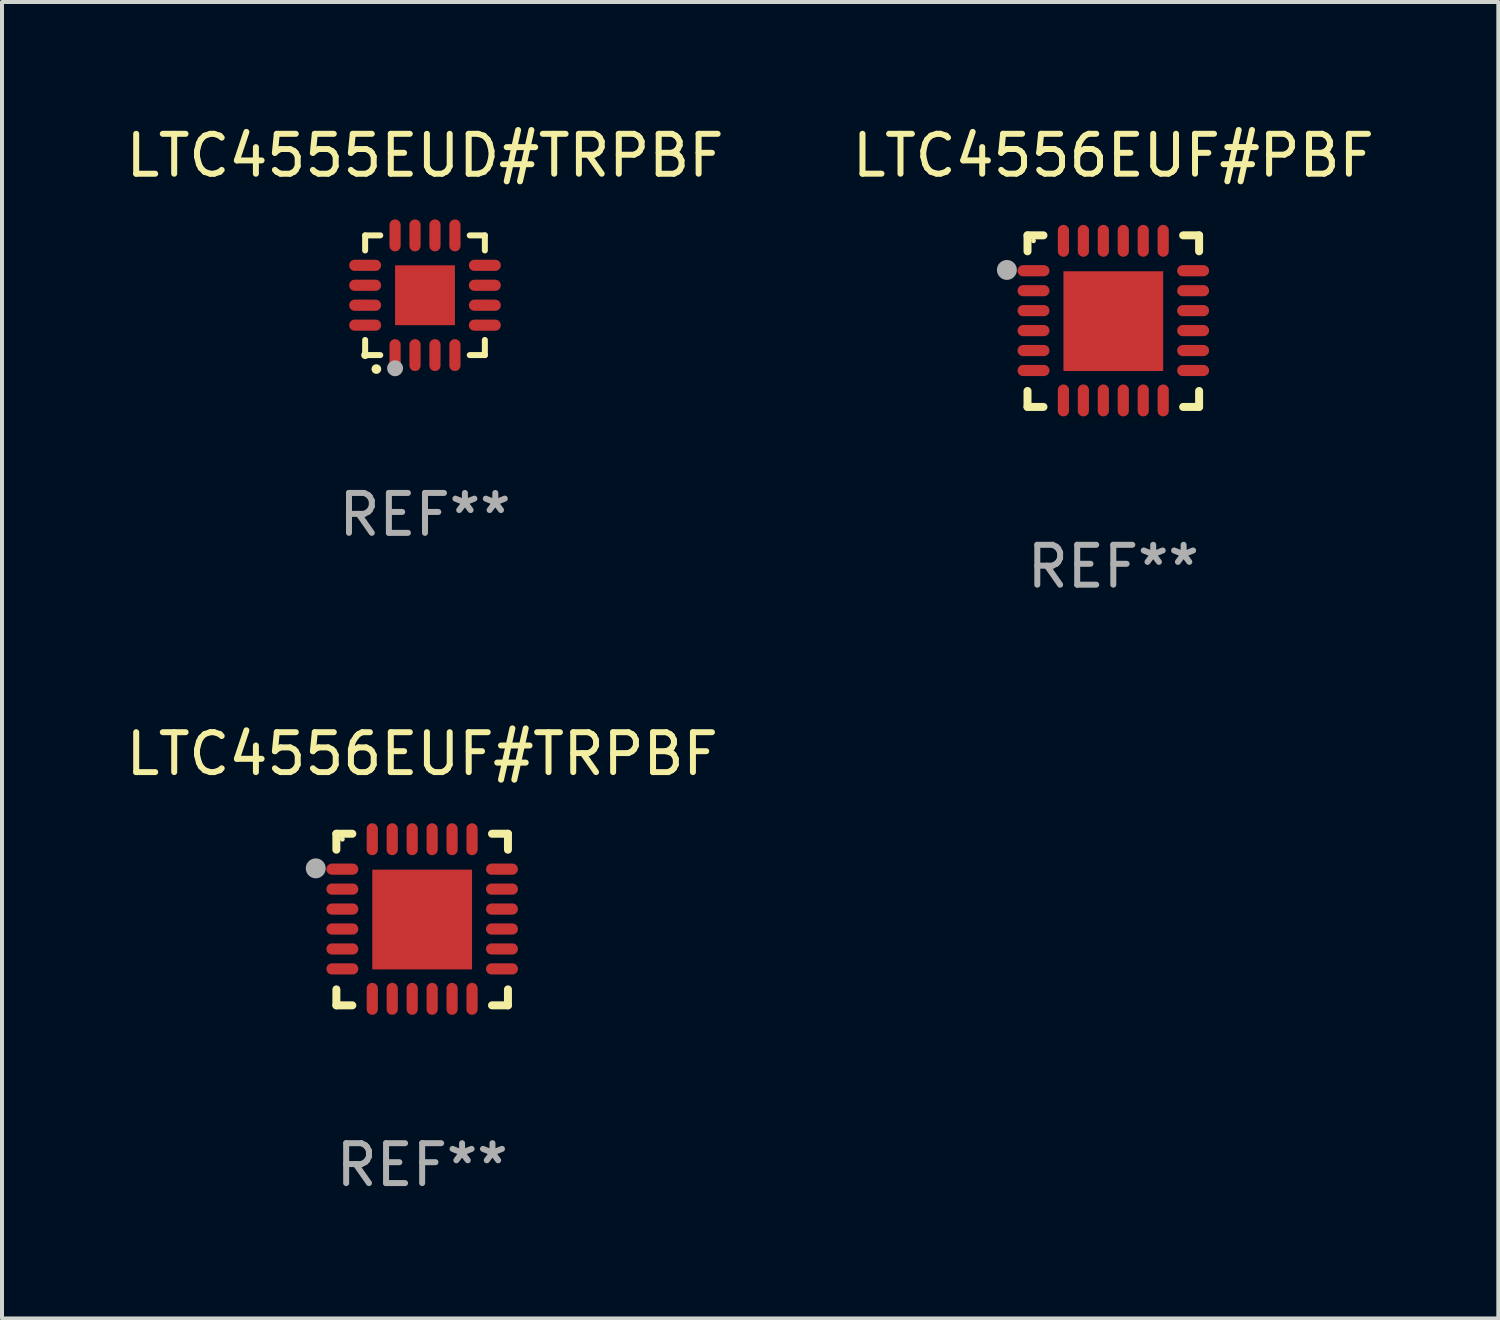
<source format=kicad_pcb>
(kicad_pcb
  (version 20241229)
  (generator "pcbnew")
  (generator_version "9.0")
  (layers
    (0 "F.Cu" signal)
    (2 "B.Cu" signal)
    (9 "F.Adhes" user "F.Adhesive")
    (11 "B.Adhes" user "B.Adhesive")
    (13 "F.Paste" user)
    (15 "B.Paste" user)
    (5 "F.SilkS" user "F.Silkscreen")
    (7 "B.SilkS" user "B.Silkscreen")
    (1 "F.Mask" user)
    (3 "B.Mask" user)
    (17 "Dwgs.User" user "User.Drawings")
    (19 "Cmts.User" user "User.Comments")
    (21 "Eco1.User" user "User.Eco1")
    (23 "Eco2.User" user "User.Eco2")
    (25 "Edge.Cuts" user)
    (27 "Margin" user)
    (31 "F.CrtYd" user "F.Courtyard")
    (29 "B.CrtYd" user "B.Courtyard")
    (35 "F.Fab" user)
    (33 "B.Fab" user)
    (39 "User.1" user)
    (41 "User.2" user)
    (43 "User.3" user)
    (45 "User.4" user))
  (footprint "LTC4556EUF#PBF"
    (layer "F.Cu")
    (at 24.851 4.998)
    (property "Reference" "LTC4556EUF#PBF" (at 0 -4.15 0) (layer "F.SilkS") (effects (font (size 1 1) (thickness 0.15))))
    (attr through_hole)
    (fp_line (start -2.15 -2.15) (end -1.75 -2.15) (stroke (width 0.2) (type solid)) (layer "F.SilkS"))
    (fp_line (start -2.15 -1.75) (end -2.15 -2.15) (stroke (width 0.2) (type solid)) (layer "F.SilkS"))
    (fp_line (start -2.15 2.15) (end -2.15 1.75) (stroke (width 0.2) (type solid)) (layer "F.SilkS"))
    (fp_line (start -1.75 2.15) (end -2.15 2.15) (stroke (width 0.2) (type solid)) (layer "F.SilkS"))
    (fp_line (start 1.75 -2.15) (end 2.15 -2.15) (stroke (width 0.2) (type solid)) (layer "F.SilkS"))
    (fp_line (start 1.75 2.15) (end 2.15 2.15) (stroke (width 0.2) (type solid)) (layer "F.SilkS"))
    (fp_line (start 2.15 -2.15) (end 2.15 -1.75) (stroke (width 0.2) (type solid)) (layer "F.SilkS"))
    (fp_line (start 2.15 2.15) (end 2.15 1.75) (stroke (width 0.2) (type solid)) (layer "F.SilkS"))
    (fp_circle (center -2 -2.013) (end -1.97 -2.013) (stroke (width 0.06) (type solid)) (fill no) (layer "F.SilkS"))
    (fp_circle (center -2.667 -1.283) (end -2.542 -1.283) (stroke (width 0.25) (type solid)) (fill no) (layer "F.Fab"))
    (fp_text user "REF**" (at 0 6.15 0) (layer "F.Fab") (effects (font (size 1 1) (thickness 0.15))))
    (pad "1" smd oval (at -2 -1.263) (size 0.8 0.28) (layers "F.Cu" "F.Mask" "F.Paste"))
    (pad "2" smd oval (at -2 -0.763) (size 0.8 0.28) (layers "F.Cu" "F.Mask" "F.Paste"))
    (pad "3" smd oval (at -2 -0.263) (size 0.8 0.28) (layers "F.Cu" "F.Mask" "F.Paste"))
    (pad "4" smd oval (at -2 0.237) (size 0.8 0.28) (layers "F.Cu" "F.Mask" "F.Paste"))
    (pad "5" smd oval (at -2 0.737) (size 0.8 0.28) (layers "F.Cu" "F.Mask" "F.Paste"))
    (pad "6" smd oval (at -2 1.237) (size 0.8 0.28) (layers "F.Cu" "F.Mask" "F.Paste"))
    (pad "7" smd oval (at -1.25 1.987) (size 0.28 0.8) (layers "F.Cu" "F.Mask" "F.Paste"))
    (pad "8" smd oval (at -0.75 1.987) (size 0.28 0.8) (layers "F.Cu" "F.Mask" "F.Paste"))
    (pad "9" smd oval (at -0.25 1.987) (size 0.28 0.8) (layers "F.Cu" "F.Mask" "F.Paste"))
    (pad "10" smd oval (at 0.25 1.987) (size 0.28 0.8) (layers "F.Cu" "F.Mask" "F.Paste"))
    (pad "11" smd oval (at 0.75 1.987) (size 0.28 0.8) (layers "F.Cu" "F.Mask" "F.Paste"))
    (pad "12" smd oval (at 1.25 1.987) (size 0.28 0.8) (layers "F.Cu" "F.Mask" "F.Paste"))
    (pad "13" smd oval (at 2 1.237) (size 0.8 0.28) (layers "F.Cu" "F.Mask" "F.Paste"))
    (pad "14" smd oval (at 2 0.737) (size 0.8 0.28) (layers "F.Cu" "F.Mask" "F.Paste"))
    (pad "15" smd oval (at 2 0.237) (size 0.8 0.28) (layers "F.Cu" "F.Mask" "F.Paste"))
    (pad "16" smd oval (at 2 -0.263) (size 0.8 0.28) (layers "F.Cu" "F.Mask" "F.Paste"))
    (pad "17" smd oval (at 2 -0.763) (size 0.8 0.28) (layers "F.Cu" "F.Mask" "F.Paste"))
    (pad "18" smd oval (at 2 -1.263) (size 0.8 0.28) (layers "F.Cu" "F.Mask" "F.Paste"))
    (pad "19" smd oval (at 1.25 -2.013) (size 0.28 0.8) (layers "F.Cu" "F.Mask" "F.Paste"))
    (pad "20" smd oval (at 0.75 -2.013) (size 0.28 0.8) (layers "F.Cu" "F.Mask" "F.Paste"))
    (pad "21" smd oval (at 0.25 -2.013) (size 0.28 0.8) (layers "F.Cu" "F.Mask" "F.Paste"))
    (pad "22" smd oval (at -0.25 -2.013) (size 0.28 0.8) (layers "F.Cu" "F.Mask" "F.Paste"))
    (pad "23" smd oval (at -0.75 -2.013) (size 0.28 0.8) (layers "F.Cu" "F.Mask" "F.Paste"))
    (pad "24" smd oval (at -1.25 -2.013) (size 0.28 0.8) (layers "F.Cu" "F.Mask" "F.Paste"))
    (pad "25" smd rect (at -0.000127 -0.00014) (size 2.5 2.5) (layers "F.Cu" "F.Mask" "F.Paste")))
  (footprint "LTC4555EUD#TRPBF"
    (layer "F.Cu")
    (at 7.601 4.349)
    (property "Reference" "LTC4555EUD#TRPBF" (at 0 -3.5 0) (layer "F.SilkS") (effects (font (size 1 1) (thickness 0.15))))
    (attr through_hole)
    (fp_line (start -1.5 -1.5) (end -1.121 -1.5) (stroke (width 0.15) (type solid)) (layer "F.SilkS"))
    (fp_line (start -1.5 -1.122) (end -1.5 -1.5) (stroke (width 0.15) (type solid)) (layer "F.SilkS"))
    (fp_line (start -1.5 1.5) (end -1.5 1.121) (stroke (width 0.15) (type solid)) (layer "F.SilkS"))
    (fp_line (start -1.121 1.5) (end -1.5 1.5) (stroke (width 0.15) (type solid)) (layer "F.SilkS"))
    (fp_line (start 1.121 -1.5) (end 1.5 -1.5) (stroke (width 0.15) (type solid)) (layer "F.SilkS"))
    (fp_line (start 1.5 -1.5) (end 1.5 -1.122) (stroke (width 0.15) (type solid)) (layer "F.SilkS"))
    (fp_line (start 1.5 1.121) (end 1.5 1.5) (stroke (width 0.15) (type solid)) (layer "F.SilkS"))
    (fp_line (start 1.5 1.5) (end 1.121 1.5) (stroke (width 0.15) (type solid)) (layer "F.SilkS"))
    (fp_arc (start -1.219926 1.850254) (mid -1.21891 1.85025) (end -1.217894 1.850254) (stroke (width 0.240005) (type solid)) (layer "F.SilkS"))
    (fp_circle (center -1.5 1.5) (end -1.45 1.5) (stroke (width 0.1) (type solid)) (fill no) (layer "F.SilkS"))
    (fp_circle (center -0.75 1.83) (end -0.65 1.83) (stroke (width 0.2) (type solid)) (fill no) (layer "F.Fab"))
    (fp_text user "REF**" (at 0 5.5 0) (layer "F.Fab") (effects (font (size 1 1) (thickness 0.15))))
    (pad "1" smd oval (at -0.75 1.5) (size 0.28 0.8) (layers "F.Cu" "F.Mask" "F.Paste"))
    (pad "2" smd oval (at -0.25 1.5) (size 0.28 0.8) (layers "F.Cu" "F.Mask" "F.Paste"))
    (pad "3" smd oval (at 0.25 1.5) (size 0.28 0.8) (layers "F.Cu" "F.Mask" "F.Paste"))
    (pad "4" smd oval (at 0.75 1.5) (size 0.28 0.8) (layers "F.Cu" "F.Mask" "F.Paste"))
    (pad "5" smd oval (at 1.5 0.75) (size 0.8 0.28) (layers "F.Cu" "F.Mask" "F.Paste"))
    (pad "6" smd oval (at 1.5 0.25) (size 0.8 0.28) (layers "F.Cu" "F.Mask" "F.Paste"))
    (pad "7" smd oval (at 1.5 -0.25) (size 0.8 0.28) (layers "F.Cu" "F.Mask" "F.Paste"))
    (pad "8" smd oval (at 1.5 -0.75) (size 0.8 0.28) (layers "F.Cu" "F.Mask" "F.Paste"))
    (pad "9" smd oval (at 0.75 -1.5) (size 0.28 0.8) (layers "F.Cu" "F.Mask" "F.Paste"))
    (pad "10" smd oval (at 0.25 -1.5) (size 0.28 0.8) (layers "F.Cu" "F.Mask" "F.Paste"))
    (pad "11" smd oval (at -0.25 -1.5) (size 0.28 0.8) (layers "F.Cu" "F.Mask" "F.Paste"))
    (pad "12" smd oval (at -0.75 -1.5) (size 0.28 0.8) (layers "F.Cu" "F.Mask" "F.Paste"))
    (pad "13" smd oval (at -1.5 -0.75) (size 0.8 0.28) (layers "F.Cu" "F.Mask" "F.Paste"))
    (pad "14" smd oval (at -1.5 -0.25) (size 0.8 0.28) (layers "F.Cu" "F.Mask" "F.Paste"))
    (pad "15" smd oval (at -1.5 0.25) (size 0.8 0.28) (layers "F.Cu" "F.Mask" "F.Paste"))
    (pad "16" smd oval (at -1.5 0.75) (size 0.8 0.28) (layers "F.Cu" "F.Mask" "F.Paste"))
    (pad "17" smd rect (at -0.000064 0.000165) (size 1.5 1.5) (layers "F.Cu" "F.Mask" "F.Paste")))
  (footprint "LTC4556EUF#TRPBF"
    (layer "F.Cu")
    (at 7.53 19.995)
    (property "Reference" "LTC4556EUF#TRPBF" (at 0 -4.15 0) (layer "F.SilkS") (effects (font (size 1 1) (thickness 0.15))))
    (attr through_hole)
    (fp_line (start -2.15 -2.15) (end -1.75 -2.15) (stroke (width 0.2) (type solid)) (layer "F.SilkS"))
    (fp_line (start -2.15 -1.75) (end -2.15 -2.15) (stroke (width 0.2) (type solid)) (layer "F.SilkS"))
    (fp_line (start -2.15 2.15) (end -2.15 1.75) (stroke (width 0.2) (type solid)) (layer "F.SilkS"))
    (fp_line (start -1.75 2.15) (end -2.15 2.15) (stroke (width 0.2) (type solid)) (layer "F.SilkS"))
    (fp_line (start 1.75 -2.15) (end 2.15 -2.15) (stroke (width 0.2) (type solid)) (layer "F.SilkS"))
    (fp_line (start 1.75 2.15) (end 2.15 2.15) (stroke (width 0.2) (type solid)) (layer "F.SilkS"))
    (fp_line (start 2.15 -2.15) (end 2.15 -1.75) (stroke (width 0.2) (type solid)) (layer "F.SilkS"))
    (fp_line (start 2.15 2.15) (end 2.15 1.75) (stroke (width 0.2) (type solid)) (layer "F.SilkS"))
    (fp_circle (center -2 -2.013) (end -1.97 -2.013) (stroke (width 0.06) (type solid)) (fill no) (layer "F.SilkS"))
    (fp_circle (center -2.667 -1.283) (end -2.542 -1.283) (stroke (width 0.25) (type solid)) (fill no) (layer "F.Fab"))
    (fp_text user "REF**" (at 0 6.15 0) (layer "F.Fab") (effects (font (size 1 1) (thickness 0.15))))
    (pad "1" smd oval (at -2 -1.263) (size 0.8 0.28) (layers "F.Cu" "F.Mask" "F.Paste"))
    (pad "2" smd oval (at -2 -0.763) (size 0.8 0.28) (layers "F.Cu" "F.Mask" "F.Paste"))
    (pad "3" smd oval (at -2 -0.263) (size 0.8 0.28) (layers "F.Cu" "F.Mask" "F.Paste"))
    (pad "4" smd oval (at -2 0.237) (size 0.8 0.28) (layers "F.Cu" "F.Mask" "F.Paste"))
    (pad "5" smd oval (at -2 0.737) (size 0.8 0.28) (layers "F.Cu" "F.Mask" "F.Paste"))
    (pad "6" smd oval (at -2 1.237) (size 0.8 0.28) (layers "F.Cu" "F.Mask" "F.Paste"))
    (pad "7" smd oval (at -1.25 1.987) (size 0.28 0.8) (layers "F.Cu" "F.Mask" "F.Paste"))
    (pad "8" smd oval (at -0.75 1.987) (size 0.28 0.8) (layers "F.Cu" "F.Mask" "F.Paste"))
    (pad "9" smd oval (at -0.25 1.987) (size 0.28 0.8) (layers "F.Cu" "F.Mask" "F.Paste"))
    (pad "10" smd oval (at 0.25 1.987) (size 0.28 0.8) (layers "F.Cu" "F.Mask" "F.Paste"))
    (pad "11" smd oval (at 0.75 1.987) (size 0.28 0.8) (layers "F.Cu" "F.Mask" "F.Paste"))
    (pad "12" smd oval (at 1.25 1.987) (size 0.28 0.8) (layers "F.Cu" "F.Mask" "F.Paste"))
    (pad "13" smd oval (at 2 1.237) (size 0.8 0.28) (layers "F.Cu" "F.Mask" "F.Paste"))
    (pad "14" smd oval (at 2 0.737) (size 0.8 0.28) (layers "F.Cu" "F.Mask" "F.Paste"))
    (pad "15" smd oval (at 2 0.237) (size 0.8 0.28) (layers "F.Cu" "F.Mask" "F.Paste"))
    (pad "16" smd oval (at 2 -0.263) (size 0.8 0.28) (layers "F.Cu" "F.Mask" "F.Paste"))
    (pad "17" smd oval (at 2 -0.763) (size 0.8 0.28) (layers "F.Cu" "F.Mask" "F.Paste"))
    (pad "18" smd oval (at 2 -1.263) (size 0.8 0.28) (layers "F.Cu" "F.Mask" "F.Paste"))
    (pad "19" smd oval (at 1.25 -2.013) (size 0.28 0.8) (layers "F.Cu" "F.Mask" "F.Paste"))
    (pad "20" smd oval (at 0.75 -2.013) (size 0.28 0.8) (layers "F.Cu" "F.Mask" "F.Paste"))
    (pad "21" smd oval (at 0.25 -2.013) (size 0.28 0.8) (layers "F.Cu" "F.Mask" "F.Paste"))
    (pad "22" smd oval (at -0.25 -2.013) (size 0.28 0.8) (layers "F.Cu" "F.Mask" "F.Paste"))
    (pad "23" smd oval (at -0.75 -2.013) (size 0.28 0.8) (layers "F.Cu" "F.Mask" "F.Paste"))
    (pad "24" smd oval (at -1.25 -2.013) (size 0.28 0.8) (layers "F.Cu" "F.Mask" "F.Paste"))
    (pad "25" smd rect (at -0.000127 -0.00014) (size 2.5 2.5) (layers "F.Cu" "F.Mask" "F.Paste")))
  (gr_rect
    (start -3 -3)
    (end 34.5 29.993)
    (stroke (width 0.1) (type default))
    (fill no)
    (layer "Edge.Cuts")))
</source>
